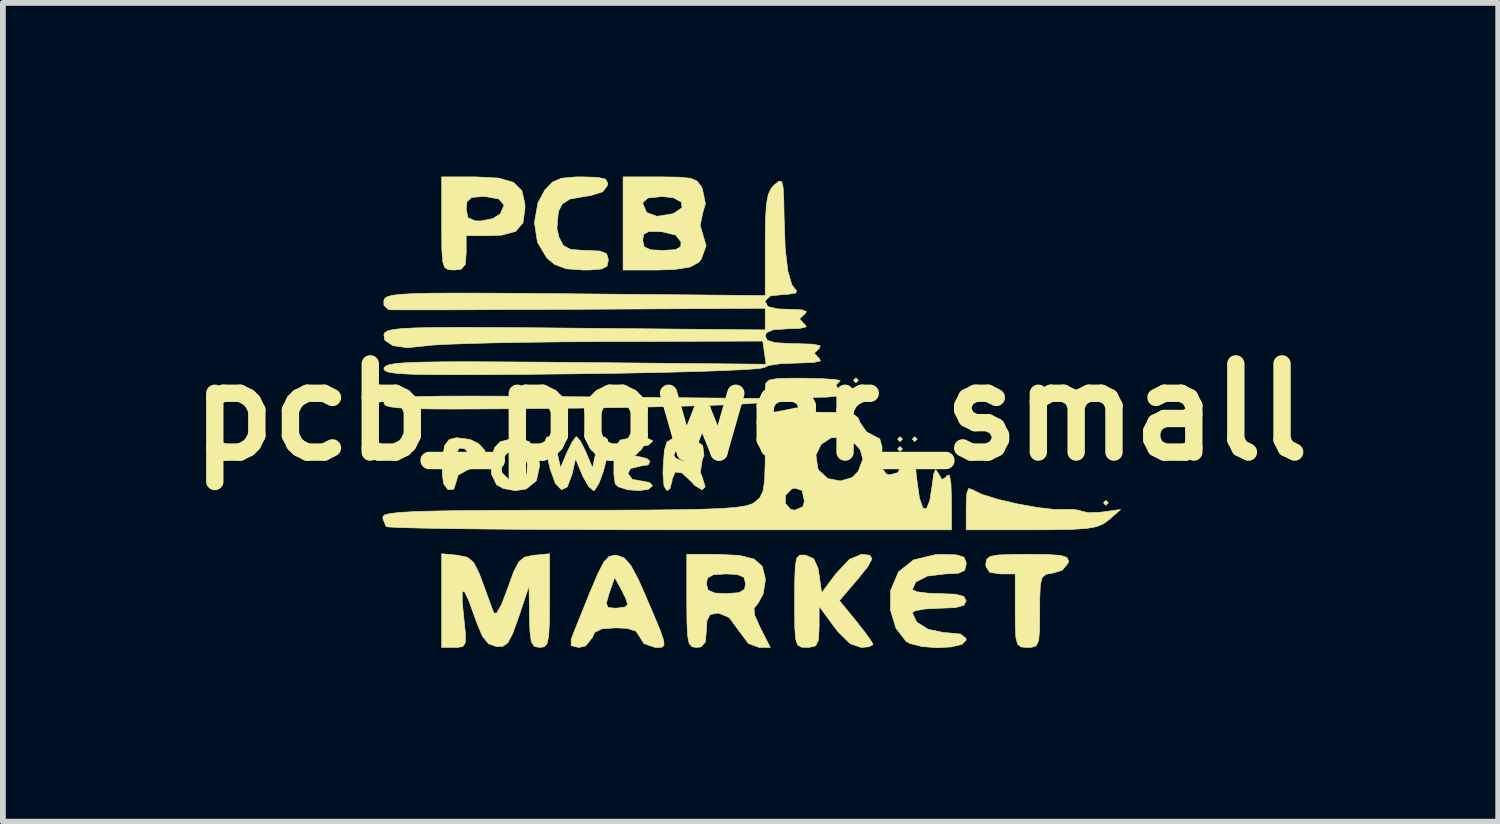
<source format=kicad_pcb>
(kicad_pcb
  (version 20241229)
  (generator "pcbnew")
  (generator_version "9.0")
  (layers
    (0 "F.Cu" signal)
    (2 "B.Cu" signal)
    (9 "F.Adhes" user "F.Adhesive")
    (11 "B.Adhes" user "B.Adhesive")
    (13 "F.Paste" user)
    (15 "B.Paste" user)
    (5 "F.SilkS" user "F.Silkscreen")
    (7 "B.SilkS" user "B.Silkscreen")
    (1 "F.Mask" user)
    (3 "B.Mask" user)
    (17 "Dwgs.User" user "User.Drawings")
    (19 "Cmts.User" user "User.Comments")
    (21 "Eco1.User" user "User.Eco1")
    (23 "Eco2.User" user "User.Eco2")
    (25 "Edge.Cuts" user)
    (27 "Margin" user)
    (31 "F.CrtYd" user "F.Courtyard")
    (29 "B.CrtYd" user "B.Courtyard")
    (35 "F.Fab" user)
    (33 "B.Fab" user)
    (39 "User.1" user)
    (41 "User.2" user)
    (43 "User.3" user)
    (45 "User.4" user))
  (footprint "pcb_power_small"
    (layer "F.Cu")
    (at 9.913 4.069)
    (property "Reference" "pcb_power_small" (at 0 0 0) (layer "F.SilkS") (effects (font (size 1.524 1.524) (thickness 0.3))))
    (attr through_hole)
    (fp_poly (pts (xy 1.863 -0.55) (xy 1.82 -0.508) (xy 1.778 -0.55) (xy 1.82 -0.593) (xy 1.863 -0.55)) (stroke (width 0.01) (type solid)) (fill yes) (layer "F.SilkS"))
    (fp_poly (pts (xy 2.625 0.466) (xy 2.582 0.508) (xy 2.54 0.466) (xy 2.582 0.423) (xy 2.625 0.466)) (stroke (width 0.01) (type solid)) (fill yes) (layer "F.SilkS"))
    (fp_poly (pts (xy 2.625 0.635) (xy 2.582 0.677) (xy 2.54 0.635) (xy 2.582 0.593) (xy 2.625 0.635)) (stroke (width 0.01) (type solid)) (fill yes) (layer "F.SilkS"))
    (fp_poly (pts (xy 2.879 0.466) (xy 2.836 0.508) (xy 2.794 0.466) (xy 2.836 0.423) (xy 2.879 0.466)) (stroke (width 0.01) (type solid)) (fill yes) (layer "F.SilkS"))
    (fp_poly (pts (xy 6.181 1.566) (xy 6.138 1.609) (xy 6.096 1.566) (xy 6.138 1.524) (xy 6.181 1.566)) (stroke (width 0.01) (type solid)) (fill yes) (layer "F.SilkS"))
    (fp_poly (pts (xy 3.836 1.341) (xy 3.837 1.342) (xy 3.998 1.42) (xy 4.273 1.505) (xy 4.608 1.584) (xy 4.95 1.646) (xy 5.244 1.68) (xy 5.386 1.68) (xy 5.592 1.679) (xy 5.715 1.708) (xy 5.718 1.71) (xy 5.83 1.736) (xy 6.037 1.729) (xy 6.082 1.723) (xy 6.392 1.681) (xy 6.192 1.857) (xy 6.096 1.928) (xy 5.978 1.977) (xy 5.807 2.008) (xy 5.551 2.025) (xy 5.177 2.031) (xy 4.859 2.032) (xy 3.725 2.032) (xy 3.725 1.641) (xy 3.734 1.408) (xy 3.768 1.317) (xy 3.836 1.341)) (stroke (width 0.01) (type solid)) (fill yes) (layer "F.SilkS"))
    (fp_poly (pts (xy -3.819 0.511) (xy -3.674 0.713) (xy -3.641 0.92) (xy -3.699 1.184) (xy -3.876 1.327) (xy -4.064 1.355) (xy -4.27 1.318) (xy -4.386 1.253) (xy -4.475 1.069) (xy -4.48 0.936) (xy -4.306 0.936) (xy -4.292 1.047) (xy -4.176 1.161) (xy -4.01 1.174) (xy -3.877 1.083) (xy -3.862 1.052) (xy -3.855 0.888) (xy -3.92 0.722) (xy -4.023 0.618) (xy -4.085 0.614) (xy -4.236 0.739) (xy -4.306 0.936) (xy -4.48 0.936) (xy -4.484 0.831) (xy -4.421 0.615) (xy -4.324 0.511) (xy -4.047 0.437) (xy -3.819 0.511)) (stroke (width 0.01) (type solid)) (fill yes) (layer "F.SilkS"))
    (fp_poly (pts (xy -4.845 0.471) (xy -4.699 0.542) (xy -4.585 0.665) (xy -4.61 0.798) (xy -4.623 0.821) (xy -4.78 0.959) (xy -4.898 1.001) (xy -5.051 1.088) (xy -5.08 1.191) (xy -5.127 1.331) (xy -5.226 1.338) (xy -5.3 1.237) (xy -5.323 1.078) (xy -5.322 0.84) (xy -5.318 0.792) (xy -5.306 0.713) (xy -5.08 0.713) (xy -5.012 0.829) (xy -4.946 0.847) (xy -4.847 0.797) (xy -4.845 0.746) (xy -4.93 0.634) (xy -5.031 0.62) (xy -5.08 0.713) (xy -5.306 0.713) (xy -5.283 0.573) (xy -5.203 0.472) (xy -5.08 0.441) (xy -4.845 0.471)) (stroke (width 0.01) (type solid)) (fill yes) (layer "F.SilkS"))
    (fp_poly (pts (xy -1.799 0.443) (xy -1.696 0.49) (xy -1.693 0.503) (xy -1.766 0.57) (xy -1.905 0.593) (xy -2.064 0.622) (xy -2.117 0.677) (xy -2.046 0.747) (xy -1.952 0.762) (xy -1.79 0.801) (xy -1.736 0.847) (xy -1.766 0.909) (xy -1.9 0.931) (xy -2.074 0.975) (xy -2.117 1.058) (xy -2.043 1.16) (xy -1.905 1.185) (xy -1.746 1.214) (xy -1.693 1.27) (xy -1.764 1.333) (xy -1.931 1.355) (xy -2.127 1.339) (xy -2.285 1.288) (xy -2.337 1.237) (xy -2.36 1.078) (xy -2.359 0.84) (xy -2.355 0.792) (xy -2.325 0.579) (xy -2.248 0.481) (xy -2.07 0.445) (xy -2.011 0.439) (xy -1.799 0.443)) (stroke (width 0.01) (type solid)) (fill yes) (layer "F.SilkS"))
    (fp_poly (pts (xy 5.142 2.459) (xy 5.356 2.474) (xy 5.462 2.507) (xy 5.492 2.564) (xy 5.488 2.603) (xy 5.385 2.73) (xy 5.227 2.778) (xy 5.109 2.799) (xy 5.04 2.851) (xy 5.007 2.973) (xy 4.996 3.201) (xy 4.995 3.435) (xy 4.993 3.756) (xy 4.977 3.944) (xy 4.935 4.034) (xy 4.856 4.062) (xy 4.784 4.064) (xy 4.676 4.056) (xy 4.613 4.009) (xy 4.582 3.886) (xy 4.573 3.652) (xy 4.572 3.429) (xy 4.572 2.794) (xy 4.318 2.794) (xy 4.132 2.767) (xy 4.067 2.668) (xy 4.064 2.625) (xy 4.077 2.543) (xy 4.139 2.492) (xy 4.283 2.466) (xy 4.54 2.456) (xy 4.79 2.455) (xy 5.142 2.459)) (stroke (width 0.01) (type solid)) (fill yes) (layer "F.SilkS"))
    (fp_poly (pts (xy -0.974 0.466) (xy -0.825 0.578) (xy -0.804 0.749) (xy -0.833 0.819) (xy -0.867 1.036) (xy -0.833 1.127) (xy -0.783 1.289) (xy -0.837 1.341) (xy -0.962 1.266) (xy -1.016 1.206) (xy -1.182 1.05) (xy -1.302 1.034) (xy -1.354 1.159) (xy -1.355 1.185) (xy -1.392 1.323) (xy -1.444 1.355) (xy -1.494 1.276) (xy -1.512 1.06) (xy -1.507 0.91) (xy -1.493 0.74) (xy -1.324 0.74) (xy -1.296 0.793) (xy -1.161 0.848) (xy -1.044 0.797) (xy -1.016 0.72) (xy -1.081 0.607) (xy -1.138 0.593) (xy -1.277 0.64) (xy -1.324 0.74) (xy -1.493 0.74) (xy -1.486 0.651) (xy -1.443 0.515) (xy -1.351 0.459) (xy -1.22 0.44) (xy -0.974 0.466)) (stroke (width 0.01) (type solid)) (fill yes) (layer "F.SilkS"))
    (fp_poly (pts (xy -2.943 0.493) (xy -2.855 0.663) (xy -2.842 0.692) (xy -2.729 0.961) (xy -2.67 0.692) (xy -2.603 0.504) (xy -2.525 0.425) (xy -2.468 0.472) (xy -2.456 0.572) (xy -2.48 0.782) (xy -2.541 1.02) (xy -2.617 1.227) (xy -2.691 1.345) (xy -2.713 1.355) (xy -2.796 1.284) (xy -2.894 1.112) (xy -2.908 1.079) (xy -3.022 0.804) (xy -3.084 1.079) (xy -3.165 1.291) (xy -3.265 1.34) (xy -3.37 1.232) (xy -3.461 0.979) (xy -3.531 0.678) (xy -3.551 0.508) (xy -3.522 0.434) (xy -3.478 0.423) (xy -3.409 0.497) (xy -3.345 0.675) (xy -3.341 0.692) (xy -3.282 0.961) (xy -3.169 0.692) (xy -3.08 0.512) (xy -3.012 0.425) (xy -3.006 0.423) (xy -2.943 0.493)) (stroke (width 0.01) (type solid)) (fill yes) (layer "F.SilkS"))
    (fp_poly (pts (xy -2.641 -4.056) (xy -2.505 -4.026) (xy -2.467 -3.96) (xy -2.471 -3.916) (xy -2.553 -3.806) (xy -2.764 -3.74) (xy -2.873 -3.725) (xy -3.121 -3.68) (xy -3.254 -3.594) (xy -3.319 -3.463) (xy -3.344 -3.173) (xy -3.307 -3.018) (xy -3.232 -2.878) (xy -3.11 -2.812) (xy -2.886 -2.794) (xy -2.838 -2.794) (xy -2.6 -2.783) (xy -2.486 -2.738) (xy -2.456 -2.638) (xy -2.455 -2.625) (xy -2.477 -2.523) (xy -2.571 -2.473) (xy -2.778 -2.456) (xy -2.883 -2.455) (xy -3.18 -2.476) (xy -3.383 -2.552) (xy -3.518 -2.663) (xy -3.68 -2.935) (xy -3.732 -3.273) (xy -3.672 -3.615) (xy -3.55 -3.841) (xy -3.421 -3.974) (xy -3.266 -4.041) (xy -3.024 -4.063) (xy -2.909 -4.064) (xy -2.641 -4.056)) (stroke (width 0.01) (type solid)) (fill yes) (layer "F.SilkS"))
    (fp_poly (pts (xy -4.349 -4.043) (xy -4.092 -3.968) (xy -3.949 -3.825) (xy -3.897 -3.597) (xy -3.895 -3.525) (xy -3.93 -3.271) (xy -4.057 -3.122) (xy -4.301 -3.057) (xy -4.504 -3.048) (xy -4.911 -3.048) (xy -4.911 -2.752) (xy -4.926 -2.551) (xy -4.998 -2.469) (xy -5.122 -2.455) (xy -5.22 -2.461) (xy -5.282 -2.499) (xy -5.316 -2.601) (xy -5.331 -2.798) (xy -5.334 -3.124) (xy -5.334 -3.26) (xy -5.334 -3.514) (xy -4.911 -3.514) (xy -4.882 -3.36) (xy -4.761 -3.306) (xy -4.667 -3.302) (xy -4.453 -3.342) (xy -4.321 -3.425) (xy -4.257 -3.578) (xy -4.347 -3.682) (xy -4.581 -3.725) (xy -4.619 -3.725) (xy -4.818 -3.709) (xy -4.898 -3.635) (xy -4.911 -3.514) (xy -5.334 -3.514) (xy -5.334 -4.064) (xy -4.747 -4.064) (xy -4.349 -4.043)) (stroke (width 0.01) (type solid)) (fill yes) (layer "F.SilkS"))
    (fp_poly (pts (xy 2.061 2.471) (xy 2.098 2.532) (xy 2.027 2.665) (xy 1.845 2.893) (xy 1.822 2.919) (xy 1.535 3.255) (xy 1.826 3.61) (xy 1.987 3.816) (xy 2.093 3.966) (xy 2.117 4.015) (xy 2.044 4.052) (xy 1.912 4.064) (xy 1.72 3.998) (xy 1.508 3.789) (xy 1.447 3.709) (xy 1.185 3.353) (xy 1.185 3.709) (xy 1.175 3.934) (xy 1.125 4.036) (xy 1.009 4.064) (xy 0.974 4.064) (xy 0.876 4.058) (xy 0.814 4.021) (xy 0.78 3.919) (xy 0.765 3.723) (xy 0.762 3.399) (xy 0.762 3.254) (xy 0.764 2.88) (xy 0.774 2.645) (xy 0.8 2.518) (xy 0.849 2.469) (xy 0.928 2.467) (xy 0.953 2.471) (xy 1.091 2.531) (xy 1.165 2.692) (xy 1.185 2.809) (xy 1.228 3.121) (xy 1.477 2.788) (xy 1.709 2.542) (xy 1.916 2.455) (xy 1.921 2.455) (xy 2.061 2.471)) (stroke (width 0.01) (type solid)) (fill yes) (layer "F.SilkS"))
    (fp_poly (pts (xy 3.563 2.465) (xy 3.686 2.505) (xy 3.724 2.592) (xy 3.725 2.625) (xy 3.699 2.732) (xy 3.591 2.782) (xy 3.361 2.794) (xy 3.054 2.831) (xy 2.855 2.933) (xy 2.794 3.065) (xy 2.871 3.102) (xy 3.068 3.127) (xy 3.26 3.133) (xy 3.54 3.144) (xy 3.685 3.184) (xy 3.725 3.26) (xy 3.684 3.336) (xy 3.537 3.376) (xy 3.26 3.387) (xy 3.005 3.4) (xy 2.835 3.433) (xy 2.794 3.465) (xy 2.871 3.626) (xy 3.068 3.75) (xy 3.34 3.808) (xy 3.393 3.81) (xy 3.626 3.832) (xy 3.72 3.904) (xy 3.725 3.937) (xy 3.651 4.011) (xy 3.463 4.055) (xy 3.215 4.068) (xy 2.96 4.048) (xy 2.753 3.995) (xy 2.687 3.958) (xy 2.513 3.733) (xy 2.417 3.418) (xy 2.42 3.081) (xy 2.421 3.078) (xy 2.555 2.759) (xy 2.815 2.552) (xy 3.193 2.46) (xy 3.313 2.455) (xy 3.563 2.465)) (stroke (width 0.01) (type solid)) (fill yes) (layer "F.SilkS"))
    (fp_poly (pts (xy -2.303 2.473) (xy -2.181 2.519) (xy -2.067 2.647) (xy -1.938 2.887) (xy -1.848 3.09) (xy -1.674 3.495) (xy -1.56 3.768) (xy -1.502 3.937) (xy -1.493 4.025) (xy -1.528 4.059) (xy -1.603 4.064) (xy -1.647 4.064) (xy -1.84 3.998) (xy -1.905 3.895) (xy -1.978 3.783) (xy -2.133 3.734) (xy -2.324 3.725) (xy -2.567 3.742) (xy -2.69 3.803) (xy -2.734 3.895) (xy -2.848 4.038) (xy -2.964 4.064) (xy -3.098 4.033) (xy -3.097 3.921) (xy -3.095 3.916) (xy -3.039 3.771) (xy -2.937 3.517) (xy -2.85 3.302) (xy -2.491 3.302) (xy -2.46 3.374) (xy -2.324 3.387) (xy -2.168 3.365) (xy -2.12 3.323) (xy -2.159 3.208) (xy -2.234 3.058) (xy -2.346 2.856) (xy -2.439 3.121) (xy -2.491 3.302) (xy -2.85 3.302) (xy -2.81 3.202) (xy -2.772 3.108) (xy -2.634 2.783) (xy -2.533 2.588) (xy -2.444 2.493) (xy -2.348 2.469) (xy -2.303 2.473)) (stroke (width 0.01) (type solid)) (fill yes) (layer "F.SilkS"))
    (fp_poly (pts (xy -1.237 -4.06) (xy -1.037 -4.04) (xy -0.924 -3.992) (xy -0.856 -3.904) (xy -0.831 -3.852) (xy -0.779 -3.603) (xy -0.825 -3.442) (xy -0.87 -3.228) (xy -0.84 -3.125) (xy -0.767 -2.873) (xy -0.854 -2.636) (xy -0.895 -2.588) (xy -1.044 -2.507) (xy -1.307 -2.465) (xy -1.615 -2.455) (xy -2.201 -2.455) (xy -2.201 -2.968) (xy -1.863 -2.968) (xy -1.836 -2.855) (xy -1.728 -2.805) (xy -1.518 -2.794) (xy -1.297 -2.807) (xy -1.205 -2.858) (xy -1.201 -2.942) (xy -1.291 -3.058) (xy -1.52 -3.114) (xy -1.546 -3.117) (xy -1.756 -3.121) (xy -1.845 -3.071) (xy -1.863 -2.968) (xy -2.201 -2.968) (xy -2.201 -3.612) (xy -1.863 -3.612) (xy -1.795 -3.449) (xy -1.615 -3.383) (xy -1.354 -3.425) (xy -1.319 -3.438) (xy -1.183 -3.532) (xy -1.194 -3.629) (xy -1.331 -3.703) (xy -1.524 -3.725) (xy -1.774 -3.699) (xy -1.862 -3.618) (xy -1.863 -3.612) (xy -2.201 -3.612) (xy -2.201 -4.064) (xy -1.565 -4.064) (xy -1.237 -4.06)) (stroke (width 0.01) (type solid)) (fill yes) (layer "F.SilkS"))
    (fp_poly (pts (xy -0.191 2.474) (xy 0.064 2.538) (xy 0.203 2.663) (xy 0.253 2.861) (xy 0.254 2.914) (xy 0.219 3.139) (xy 0.134 3.296) (xy 0.13 3.3) (xy 0.061 3.385) (xy 0.069 3.502) (xy 0.159 3.704) (xy 0.174 3.734) (xy 0.342 4.064) (xy 0.148 4.064) (xy -0.036 3.995) (xy -0.201 3.776) (xy -0.206 3.768) (xy -0.368 3.547) (xy -0.548 3.472) (xy -0.564 3.471) (xy -0.698 3.496) (xy -0.753 3.603) (xy -0.762 3.768) (xy -0.781 3.972) (xy -0.855 4.054) (xy -0.931 4.064) (xy -1.01 4.052) (xy -1.06 3.994) (xy -1.087 3.86) (xy -1.098 3.618) (xy -1.101 3.26) (xy -1.101 2.963) (xy -0.762 2.963) (xy -0.734 3.074) (xy -0.619 3.123) (xy -0.423 3.133) (xy -0.202 3.118) (xy -0.104 3.061) (xy -0.085 2.963) (xy -0.113 2.853) (xy -0.228 2.804) (xy -0.423 2.794) (xy -0.645 2.808) (xy -0.743 2.866) (xy -0.762 2.963) (xy -1.101 2.963) (xy -1.101 2.455) (xy -0.587 2.455) (xy -0.191 2.474)) (stroke (width 0.01) (type solid)) (fill yes) (layer "F.SilkS"))
    (fp_poly (pts (xy -3.471 3.254) (xy -3.474 3.63) (xy -3.486 3.867) (xy -3.514 3.998) (xy -3.564 4.053) (xy -3.641 4.064) (xy -3.734 4.046) (xy -3.786 3.965) (xy -3.81 3.784) (xy -3.818 3.535) (xy -3.826 3.006) (xy -4.005 3.539) (xy -4.108 3.825) (xy -4.191 3.983) (xy -4.279 4.045) (xy -4.392 4.047) (xy -4.526 4) (xy -4.63 3.872) (xy -4.734 3.623) (xy -4.754 3.564) (xy -4.869 3.247) (xy -4.943 3.094) (xy -4.979 3.105) (xy -4.979 3.279) (xy -4.954 3.535) (xy -4.924 3.823) (xy -4.925 3.981) (xy -4.969 4.048) (xy -5.066 4.064) (xy -5.114 4.064) (xy -5.334 4.064) (xy -5.334 2.445) (xy -5.061 2.471) (xy -4.893 2.505) (xy -4.781 2.596) (xy -4.686 2.786) (xy -4.635 2.921) (xy -4.538 3.186) (xy -4.46 3.399) (xy -4.432 3.471) (xy -4.383 3.469) (xy -4.3 3.321) (xy -4.196 3.048) (xy -4.09 2.755) (xy -4.003 2.587) (xy -3.905 2.505) (xy -3.766 2.474) (xy -3.74 2.471) (xy -3.471 2.445) (xy -3.471 3.254)) (stroke (width 0.01) (type solid)) (fill yes) (layer "F.SilkS"))
    (fp_poly (pts (xy 0.953 -0.586) (xy 1.256 -0.578) (xy 1.465 -0.563) (xy 1.55 -0.544) (xy 1.542 -0.535) (xy 1.476 -0.469) (xy 1.531 -0.373) (xy 1.556 -0.314) (xy 1.495 -0.278) (xy 1.32 -0.26) (xy 1.006 -0.254) (xy 0.949 -0.254) (xy 0.629 -0.245) (xy 0.382 -0.222) (xy 0.25 -0.19) (xy 0.24 -0.179) (xy 0.152 -0.162) (xy -0.087 -0.144) (xy -0.459 -0.126) (xy -0.944 -0.11) (xy -1.525 -0.095) (xy -2.184 -0.081) (xy -2.901 -0.071) (xy -3.072 -0.069) (xy -3.909 -0.061) (xy -4.592 -0.056) (xy -5.136 -0.054) (xy -5.557 -0.056) (xy -5.868 -0.063) (xy -6.086 -0.075) (xy -6.226 -0.093) (xy -6.302 -0.116) (xy -6.33 -0.145) (xy -6.331 -0.165) (xy -6.309 -0.199) (xy -6.249 -0.225) (xy -6.135 -0.246) (xy -5.951 -0.261) (xy -5.683 -0.271) (xy -5.314 -0.277) (xy -4.829 -0.278) (xy -4.214 -0.276) (xy -3.452 -0.27) (xy -3.026 -0.266) (xy 0.254 -0.236) (xy 0.254 -0.414) (xy 0.265 -0.502) (xy 0.323 -0.554) (xy 0.459 -0.58) (xy 0.708 -0.587) (xy 0.953 -0.586)) (stroke (width 0.01) (type solid)) (fill yes) (layer "F.SilkS"))
    (fp_poly (pts (xy 1.421 0.003) (xy 1.659 0.016) (xy 1.794 0.047) (xy 1.861 0.103) (xy 1.889 0.176) (xy 2.002 0.339) (xy 2.113 0.398) (xy 2.233 0.462) (xy 2.272 0.604) (xy 2.267 0.748) (xy 2.271 0.964) (xy 2.34 1.064) (xy 2.398 1.084) (xy 2.544 1.045) (xy 2.598 0.94) (xy 2.663 0.819) (xy 2.719 0.81) (xy 2.795 0.789) (xy 2.809 0.746) (xy 2.823 0.763) (xy 2.846 0.916) (xy 2.872 1.166) (xy 2.918 1.486) (xy 2.977 1.655) (xy 3.04 1.669) (xy 3.097 1.523) (xy 3.133 1.293) (xy 3.164 1.066) (xy 3.198 0.992) (xy 3.243 1.056) (xy 3.243 1.056) (xy 3.307 1.166) (xy 3.372 1.125) (xy 3.39 1.098) (xy 3.436 1.089) (xy 3.462 1.239) (xy 3.47 1.503) (xy 3.471 2.032) (xy -1.383 2.032) (xy -2.274 2.031) (xy -3.114 2.028) (xy -3.888 2.024) (xy -4.581 2.018) (xy -5.177 2.011) (xy -5.661 2.003) (xy -6.019 1.994) (xy -6.234 1.984) (xy -6.294 1.976) (xy -6.347 1.847) (xy -6.35 1.806) (xy -6.323 1.776) (xy -6.232 1.752) (xy -6.062 1.732) (xy -5.8 1.717) (xy -5.431 1.707) (xy -4.94 1.699) (xy -4.314 1.695) (xy -3.537 1.693) (xy -3.236 1.693) (xy -2.412 1.693) (xy -1.74 1.69) (xy -1.205 1.684) (xy -0.789 1.675) (xy -0.476 1.662) (xy -0.25 1.644) (xy -0.095 1.621) (xy 0.007 1.592) (xy 0.037 1.577) (xy 0.602 1.577) (xy 0.695 1.68) (xy 0.762 1.693) (xy 0.905 1.633) (xy 0.931 1.538) (xy 0.891 1.352) (xy 0.766 1.311) (xy 0.711 1.327) (xy 0.604 1.434) (xy 0.602 1.577) (xy 0.037 1.577) (xy 0.066 1.562) (xy 0.159 1.48) (xy 0.215 1.368) (xy 0.243 1.185) (xy 0.253 0.892) (xy 0.254 0.74) (xy 1.13 0.74) (xy 1.162 0.97) (xy 1.18 1.005) (xy 1.336 1.147) (xy 1.552 1.188) (xy 1.758 1.128) (xy 1.86 1.022) (xy 1.94 0.811) (xy 1.896 0.652) (xy 1.814 0.556) (xy 1.603 0.434) (xy 1.391 0.443) (xy 1.22 0.555) (xy 1.13 0.74) (xy 0.254 0.74) (xy 0.254 0.715) (xy 0.254 0) (xy 1.048 0) (xy 1.421 0.003)) (stroke (width 0.01) (type solid)) (fill yes) (layer "F.SilkS"))
    (fp_poly (pts (xy 0.537 -3.984) (xy 0.563 -3.885) (xy 0.575 -3.667) (xy 0.58 -3.369) (xy 0.599 -2.826) (xy 0.644 -2.44) (xy 0.715 -2.197) (xy 0.794 -2.097) (xy 0.783 -2.058) (xy 0.64 -2.035) (xy 0.572 -2.033) (xy 0.344 -2.008) (xy 0.257 -1.929) (xy 0.254 -1.905) (xy 0.302 -1.823) (xy 0.466 -1.784) (xy 0.656 -1.777) (xy 0.889 -1.767) (xy 0.969 -1.735) (xy 0.931 -1.692) (xy 0.847 -1.612) (xy 0.914 -1.537) (xy 0.931 -1.525) (xy 0.964 -1.474) (xy 0.855 -1.447) (xy 0.656 -1.441) (xy 0.397 -1.425) (xy 0.275 -1.372) (xy 0.254 -1.312) (xy 0.292 -1.24) (xy 0.427 -1.2) (xy 0.692 -1.185) (xy 0.783 -1.184) (xy 1.072 -1.175) (xy 1.203 -1.149) (xy 1.19 -1.102) (xy 1.185 -1.099) (xy 1.101 -1.02) (xy 1.168 -0.944) (xy 1.185 -0.933) (xy 1.207 -0.885) (xy 1.083 -0.858) (xy 0.804 -0.848) (xy 0.79 -0.848) (xy 0.512 -0.836) (xy 0.312 -0.807) (xy 0.24 -0.772) (xy 0.152 -0.754) (xy -0.087 -0.737) (xy -0.459 -0.719) (xy -0.944 -0.702) (xy -1.525 -0.687) (xy -2.184 -0.674) (xy -2.901 -0.664) (xy -3.072 -0.662) (xy -3.909 -0.653) (xy -4.592 -0.648) (xy -5.136 -0.647) (xy -5.557 -0.649) (xy -5.868 -0.656) (xy -6.086 -0.668) (xy -6.226 -0.685) (xy -6.302 -0.709) (xy -6.33 -0.738) (xy -6.331 -0.758) (xy -6.309 -0.791) (xy -6.249 -0.818) (xy -6.135 -0.839) (xy -5.952 -0.854) (xy -5.683 -0.864) (xy -5.315 -0.87) (xy -4.831 -0.871) (xy -4.215 -0.868) (xy -3.454 -0.863) (xy -3.019 -0.859) (xy 0.268 -0.828) (xy 0.212 -1.228) (xy -2.54 -1.219) (xy -3.221 -1.215) (xy -3.861 -1.207) (xy -4.436 -1.197) (xy -4.923 -1.184) (xy -5.299 -1.17) (xy -5.542 -1.155) (xy -5.609 -1.146) (xy -5.929 -1.113) (xy -6.176 -1.148) (xy -6.316 -1.242) (xy -6.333 -1.337) (xy -6.316 -1.373) (xy -6.271 -1.403) (xy -6.182 -1.426) (xy -6.033 -1.443) (xy -5.808 -1.455) (xy -5.492 -1.462) (xy -5.069 -1.464) (xy -4.523 -1.463) (xy -3.839 -1.459) (xy -3.026 -1.451) (xy 0.254 -1.421) (xy 0.254 -1.794) (xy -2.942 -1.777) (xy -3.665 -1.773) (xy -4.336 -1.771) (xy -4.936 -1.768) (xy -5.447 -1.767) (xy -5.848 -1.767) (xy -6.121 -1.767) (xy -6.246 -1.769) (xy -6.25 -1.769) (xy -6.331 -1.844) (xy -6.334 -1.926) (xy -6.318 -1.964) (xy -6.275 -1.994) (xy -6.19 -2.018) (xy -6.047 -2.035) (xy -5.829 -2.047) (xy -5.523 -2.055) (xy -5.11 -2.057) (xy -4.577 -2.056) (xy -3.907 -2.052) (xy -3.084 -2.045) (xy -3.026 -2.044) (xy 0.254 -2.014) (xy 0.254 -2.899) (xy 0.258 -3.309) (xy 0.274 -3.585) (xy 0.307 -3.761) (xy 0.362 -3.873) (xy 0.412 -3.927) (xy 0.49 -3.989) (xy 0.537 -3.984)) (stroke (width 0.01) (type solid)) (fill yes) (layer "F.SilkS")))
  (gr_rect
    (start -3 -3)
    (end 22.827 11.142)
    (stroke (width 0.1) (type default))
    (fill no)
    (layer "Edge.Cuts")))
</source>
